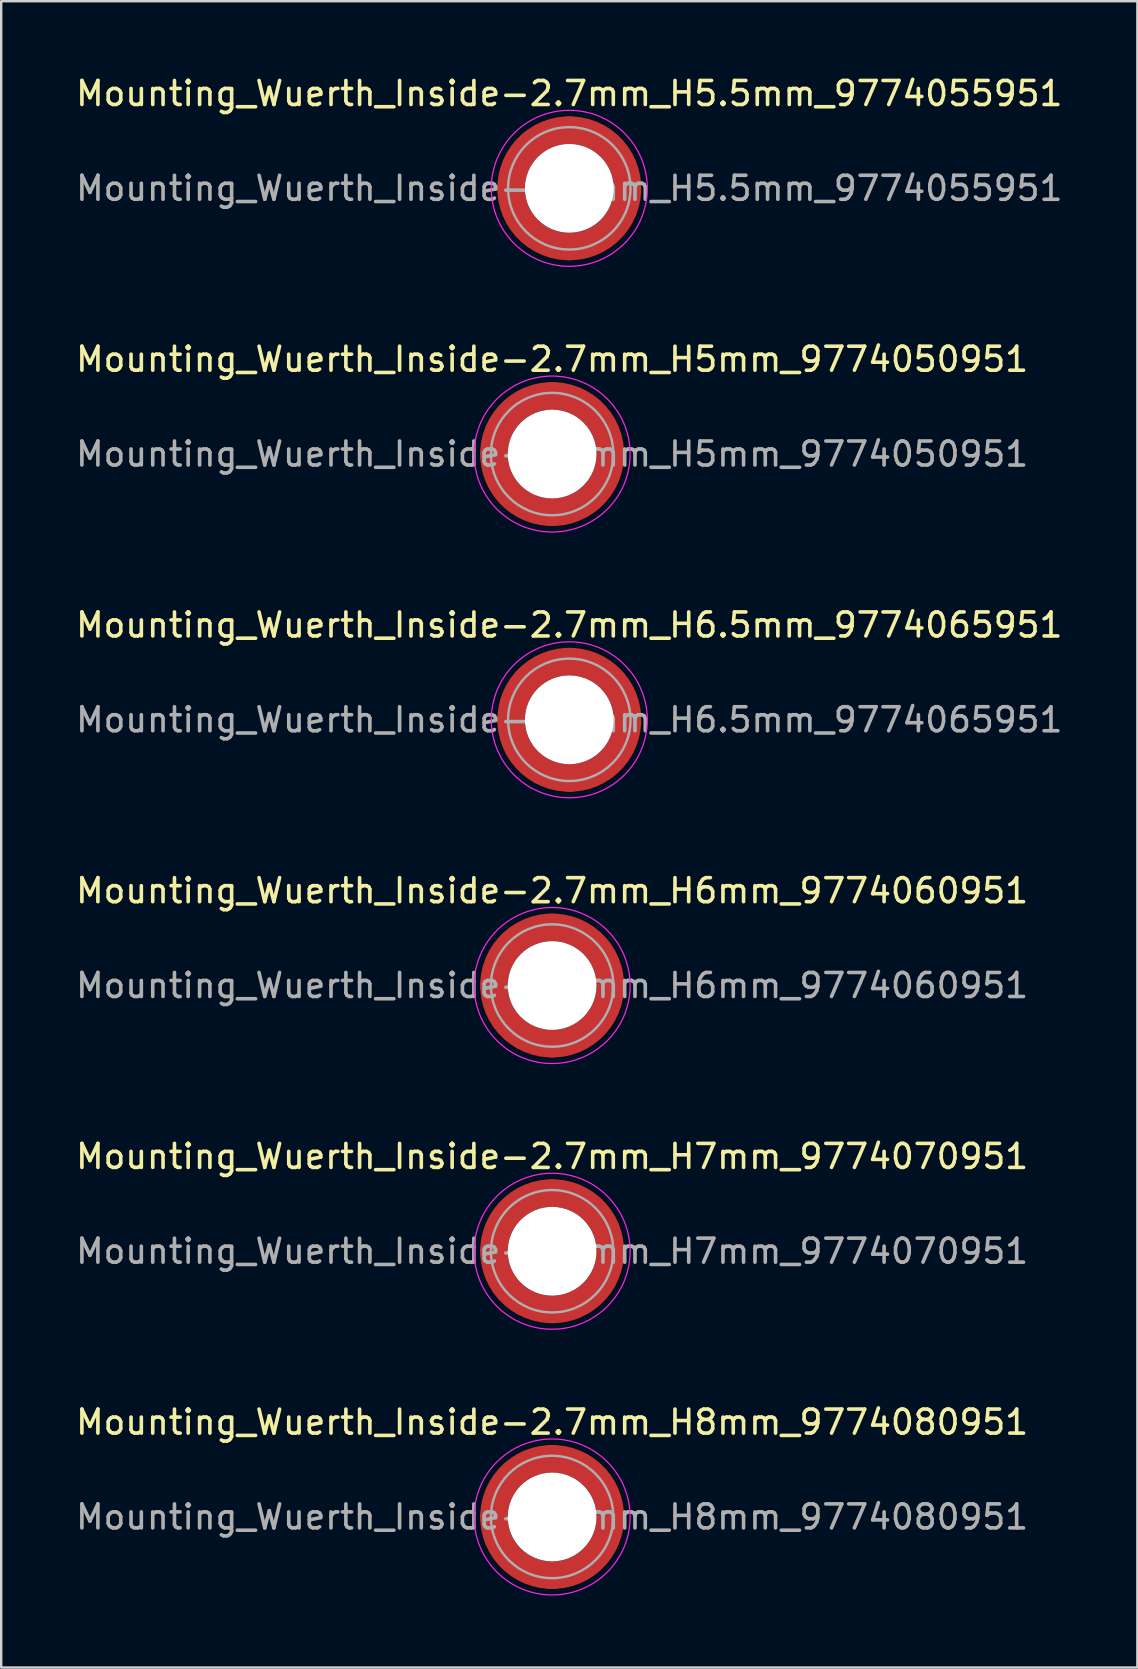
<source format=kicad_pcb>
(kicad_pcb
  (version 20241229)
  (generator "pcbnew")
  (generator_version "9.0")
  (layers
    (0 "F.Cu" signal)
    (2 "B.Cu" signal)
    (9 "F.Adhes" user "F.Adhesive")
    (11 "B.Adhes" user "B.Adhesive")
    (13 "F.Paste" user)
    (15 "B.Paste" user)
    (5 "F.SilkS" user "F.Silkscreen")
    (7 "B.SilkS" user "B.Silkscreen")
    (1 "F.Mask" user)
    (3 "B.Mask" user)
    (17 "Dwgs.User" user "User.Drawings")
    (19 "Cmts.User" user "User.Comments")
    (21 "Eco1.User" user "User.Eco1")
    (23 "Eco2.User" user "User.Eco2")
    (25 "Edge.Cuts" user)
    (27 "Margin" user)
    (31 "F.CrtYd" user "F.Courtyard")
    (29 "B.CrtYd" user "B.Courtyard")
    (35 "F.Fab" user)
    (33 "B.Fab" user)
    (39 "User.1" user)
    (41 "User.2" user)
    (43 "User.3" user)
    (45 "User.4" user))
  (footprint "Mounting_Wuerth_Inside-2.7mm_H7mm_9774070951"
    (layer "F.Cu")
    (at 19.958 49.091)
    (property "Reference" "Mounting_Wuerth_Inside-2.7mm_H7mm_9774070951" (at 0 -3.95 0) (layer "F.SilkS") (effects (font (size 1 1) (thickness 0.15))))
    (attr smd)
    (fp_circle (center 0 0) (end 3.25 0) (stroke (width 0.05) (type solid)) (fill no) (layer "F.CrtYd"))
    (fp_circle (center 0 0) (end 2.55 0) (stroke (width 0.1) (type solid)) (fill no) (layer "F.Fab"))
    (fp_text user "${REFERENCE}" (at 0 0 0) (layer "F.Fab") (effects (font (size 1 1) (thickness 0.15))))
    (pad "" smd custom (at -1.704 -1.704) (size 1.02 1.02) (layers "F.Paste") (options (anchor circle)) (primitives (gr_arc (start -0.371355 1.124127) (mid 0.180312 0.180312) (end 1.124127 -0.371355) (width 0.51)) (gr_arc (start -0.635039 1.124127) (mid 0 0) (end 1.124127 -0.635039) (width 0.51)) (gr_arc (start -0.896993 1.124127) (mid -0.180313 -0.180313) (end 1.124127 -0.896993) (width 0.51)) (gr_line (start 1.124 -0.371) (end 1.124 -0.897) (width 0.51)) (gr_line (start -0.371 1.124) (end -0.897 1.124) (width 0.51))))
    (pad "" smd custom (at -1.704 1.704) (size 1.02 1.02) (layers "F.Paste") (options (anchor circle)) (primitives (gr_arc (start 1.124127 0.371355) (mid 0.180312 -0.180312) (end -0.371355 -1.124127) (width 0.51)) (gr_arc (start 1.124127 0.635039) (mid 0 0) (end -0.635039 -1.124127) (width 0.51)) (gr_arc (start 1.124127 0.896993) (mid -0.180313 0.180313) (end -0.896993 -1.124127) (width 0.51)) (gr_line (start -0.371 -1.124) (end -0.897 -1.124) (width 0.51)) (gr_line (start 1.124 0.371) (end 1.124 0.897) (width 0.51))))
    (pad "" np_thru_hole circle (at 0 0) (size 3.7 3.7) (drill 3.7) (layers "*.Cu" "*.Mask"))
    (pad "" smd custom (at 1.704 -1.704) (size 1.02 1.02) (layers "F.Paste") (options (anchor circle)) (primitives (gr_arc (start -1.124127 -0.371355) (mid -0.180312 0.180312) (end 0.371355 1.124127) (width 0.51)) (gr_arc (start -1.124127 -0.635039) (mid 0 0) (end 0.635039 1.124127) (width 0.51)) (gr_arc (start -1.124127 -0.896993) (mid 0.180313 -0.180313) (end 0.896993 1.124127) (width 0.51)) (gr_line (start 0.371 1.124) (end 0.897 1.124) (width 0.51)) (gr_line (start -1.124 -0.371) (end -1.124 -0.897) (width 0.51))))
    (pad "" smd custom (at 1.704 1.704) (size 1.02 1.02) (layers "F.Paste") (options (anchor circle)) (primitives (gr_arc (start 0.371355 -1.124127) (mid -0.180312 -0.180312) (end -1.124127 0.371355) (width 0.51)) (gr_arc (start 0.635039 -1.124127) (mid 0 0) (end -1.124127 0.635039) (width 0.51)) (gr_arc (start 0.896993 -1.124127) (mid 0.180313 0.180313) (end -1.124127 0.896993) (width 0.51)) (gr_line (start -1.124 0.371) (end -1.124 0.897) (width 0.51)) (gr_line (start 0.371 -1.124) (end 0.897 -1.124) (width 0.51))))
    (pad "1" smd circle (at -2.425 0) (size 1.15 1.15) (layers "F.Cu"))
    (pad "1" smd circle (at 0 -2.425) (size 1.15 1.15) (layers "F.Cu"))
    (pad "1" smd circle (at 0 2.425) (size 1.15 1.15) (layers "F.Cu"))
    (pad "1" smd custom (at 2.425 0) (size 1.15 1.15) (layers "F.Cu" "F.Mask") (options (anchor circle)) (primitives (gr_circle (center -2.425 0) (end 0 0) (width 1.15) (fill no)))))
  (footprint "Mounting_Wuerth_Inside-2.7mm_H5.5mm_9774055951"
    (layer "F.Cu")
    (at 20.673 4.798)
    (property "Reference" "Mounting_Wuerth_Inside-2.7mm_H5.5mm_9774055951" (at 0 -3.95 0) (layer "F.SilkS") (effects (font (size 1 1) (thickness 0.15))))
    (attr smd)
    (fp_circle (center 0 0) (end 3.25 0) (stroke (width 0.05) (type solid)) (fill no) (layer "F.CrtYd"))
    (fp_circle (center 0 0) (end 2.55 0) (stroke (width 0.1) (type solid)) (fill no) (layer "F.Fab"))
    (fp_text user "${REFERENCE}" (at 0 0 0) (layer "F.Fab") (effects (font (size 1 1) (thickness 0.15))))
    (pad "" smd custom (at -1.704 -1.704) (size 1.02 1.02) (layers "F.Paste") (options (anchor circle)) (primitives (gr_arc (start -0.371355 1.124127) (mid 0.180312 0.180312) (end 1.124127 -0.371355) (width 0.51)) (gr_arc (start -0.635039 1.124127) (mid 0 0) (end 1.124127 -0.635039) (width 0.51)) (gr_arc (start -0.896993 1.124127) (mid -0.180313 -0.180313) (end 1.124127 -0.896993) (width 0.51)) (gr_line (start 1.124 -0.371) (end 1.124 -0.897) (width 0.51)) (gr_line (start -0.371 1.124) (end -0.897 1.124) (width 0.51))))
    (pad "" smd custom (at -1.704 1.704) (size 1.02 1.02) (layers "F.Paste") (options (anchor circle)) (primitives (gr_arc (start 1.124127 0.371355) (mid 0.180312 -0.180312) (end -0.371355 -1.124127) (width 0.51)) (gr_arc (start 1.124127 0.635039) (mid 0 0) (end -0.635039 -1.124127) (width 0.51)) (gr_arc (start 1.124127 0.896993) (mid -0.180313 0.180313) (end -0.896993 -1.124127) (width 0.51)) (gr_line (start -0.371 -1.124) (end -0.897 -1.124) (width 0.51)) (gr_line (start 1.124 0.371) (end 1.124 0.897) (width 0.51))))
    (pad "" np_thru_hole circle (at 0 0) (size 3.7 3.7) (drill 3.7) (layers "*.Cu" "*.Mask"))
    (pad "" smd custom (at 1.704 -1.704) (size 1.02 1.02) (layers "F.Paste") (options (anchor circle)) (primitives (gr_arc (start -1.124127 -0.371355) (mid -0.180312 0.180312) (end 0.371355 1.124127) (width 0.51)) (gr_arc (start -1.124127 -0.635039) (mid 0 0) (end 0.635039 1.124127) (width 0.51)) (gr_arc (start -1.124127 -0.896993) (mid 0.180313 -0.180313) (end 0.896993 1.124127) (width 0.51)) (gr_line (start 0.371 1.124) (end 0.897 1.124) (width 0.51)) (gr_line (start -1.124 -0.371) (end -1.124 -0.897) (width 0.51))))
    (pad "" smd custom (at 1.704 1.704) (size 1.02 1.02) (layers "F.Paste") (options (anchor circle)) (primitives (gr_arc (start 0.371355 -1.124127) (mid -0.180312 -0.180312) (end -1.124127 0.371355) (width 0.51)) (gr_arc (start 0.635039 -1.124127) (mid 0 0) (end -1.124127 0.635039) (width 0.51)) (gr_arc (start 0.896993 -1.124127) (mid 0.180313 0.180313) (end -1.124127 0.896993) (width 0.51)) (gr_line (start -1.124 0.371) (end -1.124 0.897) (width 0.51)) (gr_line (start 0.371 -1.124) (end 0.897 -1.124) (width 0.51))))
    (pad "1" smd circle (at -2.425 0) (size 1.15 1.15) (layers "F.Cu"))
    (pad "1" smd circle (at 0 -2.425) (size 1.15 1.15) (layers "F.Cu"))
    (pad "1" smd circle (at 0 2.425) (size 1.15 1.15) (layers "F.Cu"))
    (pad "1" smd custom (at 2.425 0) (size 1.15 1.15) (layers "F.Cu" "F.Mask") (options (anchor circle)) (primitives (gr_circle (center -2.425 0) (end 0 0) (width 1.15) (fill no)))))
  (footprint "Mounting_Wuerth_Inside-2.7mm_H5mm_9774050951"
    (layer "F.Cu")
    (at 19.958 15.871)
    (property "Reference" "Mounting_Wuerth_Inside-2.7mm_H5mm_9774050951" (at 0 -3.95 0) (layer "F.SilkS") (effects (font (size 1 1) (thickness 0.15))))
    (attr smd)
    (fp_circle (center 0 0) (end 3.25 0) (stroke (width 0.05) (type solid)) (fill no) (layer "F.CrtYd"))
    (fp_circle (center 0 0) (end 2.55 0) (stroke (width 0.1) (type solid)) (fill no) (layer "F.Fab"))
    (fp_text user "${REFERENCE}" (at 0 0 0) (layer "F.Fab") (effects (font (size 1 1) (thickness 0.15))))
    (pad "" smd custom (at -1.704 -1.704) (size 1.02 1.02) (layers "F.Paste") (options (anchor circle)) (primitives (gr_arc (start -0.371355 1.124127) (mid 0.180312 0.180312) (end 1.124127 -0.371355) (width 0.51)) (gr_arc (start -0.635039 1.124127) (mid 0 0) (end 1.124127 -0.635039) (width 0.51)) (gr_arc (start -0.896993 1.124127) (mid -0.180313 -0.180313) (end 1.124127 -0.896993) (width 0.51)) (gr_line (start 1.124 -0.371) (end 1.124 -0.897) (width 0.51)) (gr_line (start -0.371 1.124) (end -0.897 1.124) (width 0.51))))
    (pad "" smd custom (at -1.704 1.704) (size 1.02 1.02) (layers "F.Paste") (options (anchor circle)) (primitives (gr_arc (start 1.124127 0.371355) (mid 0.180312 -0.180312) (end -0.371355 -1.124127) (width 0.51)) (gr_arc (start 1.124127 0.635039) (mid 0 0) (end -0.635039 -1.124127) (width 0.51)) (gr_arc (start 1.124127 0.896993) (mid -0.180313 0.180313) (end -0.896993 -1.124127) (width 0.51)) (gr_line (start -0.371 -1.124) (end -0.897 -1.124) (width 0.51)) (gr_line (start 1.124 0.371) (end 1.124 0.897) (width 0.51))))
    (pad "" np_thru_hole circle (at 0 0) (size 3.7 3.7) (drill 3.7) (layers "*.Cu" "*.Mask"))
    (pad "" smd custom (at 1.704 -1.704) (size 1.02 1.02) (layers "F.Paste") (options (anchor circle)) (primitives (gr_arc (start -1.124127 -0.371355) (mid -0.180312 0.180312) (end 0.371355 1.124127) (width 0.51)) (gr_arc (start -1.124127 -0.635039) (mid 0 0) (end 0.635039 1.124127) (width 0.51)) (gr_arc (start -1.124127 -0.896993) (mid 0.180313 -0.180313) (end 0.896993 1.124127) (width 0.51)) (gr_line (start 0.371 1.124) (end 0.897 1.124) (width 0.51)) (gr_line (start -1.124 -0.371) (end -1.124 -0.897) (width 0.51))))
    (pad "" smd custom (at 1.704 1.704) (size 1.02 1.02) (layers "F.Paste") (options (anchor circle)) (primitives (gr_arc (start 0.371355 -1.124127) (mid -0.180312 -0.180312) (end -1.124127 0.371355) (width 0.51)) (gr_arc (start 0.635039 -1.124127) (mid 0 0) (end -1.124127 0.635039) (width 0.51)) (gr_arc (start 0.896993 -1.124127) (mid 0.180313 0.180313) (end -1.124127 0.896993) (width 0.51)) (gr_line (start -1.124 0.371) (end -1.124 0.897) (width 0.51)) (gr_line (start 0.371 -1.124) (end 0.897 -1.124) (width 0.51))))
    (pad "1" smd circle (at -2.425 0) (size 1.15 1.15) (layers "F.Cu"))
    (pad "1" smd circle (at 0 -2.425) (size 1.15 1.15) (layers "F.Cu"))
    (pad "1" smd circle (at 0 2.425) (size 1.15 1.15) (layers "F.Cu"))
    (pad "1" smd custom (at 2.425 0) (size 1.15 1.15) (layers "F.Cu" "F.Mask") (options (anchor circle)) (primitives (gr_circle (center -2.425 0) (end 0 0) (width 1.15) (fill no)))))
  (footprint "Mounting_Wuerth_Inside-2.7mm_H6mm_9774060951"
    (layer "F.Cu")
    (at 19.958 38.018)
    (property "Reference" "Mounting_Wuerth_Inside-2.7mm_H6mm_9774060951" (at 0 -3.95 0) (layer "F.SilkS") (effects (font (size 1 1) (thickness 0.15))))
    (attr smd)
    (fp_circle (center 0 0) (end 3.25 0) (stroke (width 0.05) (type solid)) (fill no) (layer "F.CrtYd"))
    (fp_circle (center 0 0) (end 2.55 0) (stroke (width 0.1) (type solid)) (fill no) (layer "F.Fab"))
    (fp_text user "${REFERENCE}" (at 0 0 0) (layer "F.Fab") (effects (font (size 1 1) (thickness 0.15))))
    (pad "" smd custom (at -1.704 -1.704) (size 1.02 1.02) (layers "F.Paste") (options (anchor circle)) (primitives (gr_arc (start -0.371355 1.124127) (mid 0.180312 0.180312) (end 1.124127 -0.371355) (width 0.51)) (gr_arc (start -0.635039 1.124127) (mid 0 0) (end 1.124127 -0.635039) (width 0.51)) (gr_arc (start -0.896993 1.124127) (mid -0.180313 -0.180313) (end 1.124127 -0.896993) (width 0.51)) (gr_line (start 1.124 -0.371) (end 1.124 -0.897) (width 0.51)) (gr_line (start -0.371 1.124) (end -0.897 1.124) (width 0.51))))
    (pad "" smd custom (at -1.704 1.704) (size 1.02 1.02) (layers "F.Paste") (options (anchor circle)) (primitives (gr_arc (start 1.124127 0.371355) (mid 0.180312 -0.180312) (end -0.371355 -1.124127) (width 0.51)) (gr_arc (start 1.124127 0.635039) (mid 0 0) (end -0.635039 -1.124127) (width 0.51)) (gr_arc (start 1.124127 0.896993) (mid -0.180313 0.180313) (end -0.896993 -1.124127) (width 0.51)) (gr_line (start -0.371 -1.124) (end -0.897 -1.124) (width 0.51)) (gr_line (start 1.124 0.371) (end 1.124 0.897) (width 0.51))))
    (pad "" np_thru_hole circle (at 0 0) (size 3.7 3.7) (drill 3.7) (layers "*.Cu" "*.Mask"))
    (pad "" smd custom (at 1.704 -1.704) (size 1.02 1.02) (layers "F.Paste") (options (anchor circle)) (primitives (gr_arc (start -1.124127 -0.371355) (mid -0.180312 0.180312) (end 0.371355 1.124127) (width 0.51)) (gr_arc (start -1.124127 -0.635039) (mid 0 0) (end 0.635039 1.124127) (width 0.51)) (gr_arc (start -1.124127 -0.896993) (mid 0.180313 -0.180313) (end 0.896993 1.124127) (width 0.51)) (gr_line (start 0.371 1.124) (end 0.897 1.124) (width 0.51)) (gr_line (start -1.124 -0.371) (end -1.124 -0.897) (width 0.51))))
    (pad "" smd custom (at 1.704 1.704) (size 1.02 1.02) (layers "F.Paste") (options (anchor circle)) (primitives (gr_arc (start 0.371355 -1.124127) (mid -0.180312 -0.180312) (end -1.124127 0.371355) (width 0.51)) (gr_arc (start 0.635039 -1.124127) (mid 0 0) (end -1.124127 0.635039) (width 0.51)) (gr_arc (start 0.896993 -1.124127) (mid 0.180313 0.180313) (end -1.124127 0.896993) (width 0.51)) (gr_line (start -1.124 0.371) (end -1.124 0.897) (width 0.51)) (gr_line (start 0.371 -1.124) (end 0.897 -1.124) (width 0.51))))
    (pad "1" smd circle (at -2.425 0) (size 1.15 1.15) (layers "F.Cu"))
    (pad "1" smd circle (at 0 -2.425) (size 1.15 1.15) (layers "F.Cu"))
    (pad "1" smd circle (at 0 2.425) (size 1.15 1.15) (layers "F.Cu"))
    (pad "1" smd custom (at 2.425 0) (size 1.15 1.15) (layers "F.Cu" "F.Mask") (options (anchor circle)) (primitives (gr_circle (center -2.425 0) (end 0 0) (width 1.15) (fill no)))))
  (footprint "Mounting_Wuerth_Inside-2.7mm_H8mm_9774080951"
    (layer "F.Cu")
    (at 19.958 60.164)
    (property "Reference" "Mounting_Wuerth_Inside-2.7mm_H8mm_9774080951" (at 0 -3.95 0) (layer "F.SilkS") (effects (font (size 1 1) (thickness 0.15))))
    (attr smd)
    (fp_circle (center 0 0) (end 3.25 0) (stroke (width 0.05) (type solid)) (fill no) (layer "F.CrtYd"))
    (fp_circle (center 0 0) (end 2.55 0) (stroke (width 0.1) (type solid)) (fill no) (layer "F.Fab"))
    (fp_text user "${REFERENCE}" (at 0 0 0) (layer "F.Fab") (effects (font (size 1 1) (thickness 0.15))))
    (pad "" smd custom (at -1.704 -1.704) (size 1.02 1.02) (layers "F.Paste") (options (anchor circle)) (primitives (gr_arc (start -0.371355 1.124127) (mid 0.180312 0.180312) (end 1.124127 -0.371355) (width 0.51)) (gr_arc (start -0.635039 1.124127) (mid 0 0) (end 1.124127 -0.635039) (width 0.51)) (gr_arc (start -0.896993 1.124127) (mid -0.180313 -0.180313) (end 1.124127 -0.896993) (width 0.51)) (gr_line (start 1.124 -0.371) (end 1.124 -0.897) (width 0.51)) (gr_line (start -0.371 1.124) (end -0.897 1.124) (width 0.51))))
    (pad "" smd custom (at -1.704 1.704) (size 1.02 1.02) (layers "F.Paste") (options (anchor circle)) (primitives (gr_arc (start 1.124127 0.371355) (mid 0.180312 -0.180312) (end -0.371355 -1.124127) (width 0.51)) (gr_arc (start 1.124127 0.635039) (mid 0 0) (end -0.635039 -1.124127) (width 0.51)) (gr_arc (start 1.124127 0.896993) (mid -0.180313 0.180313) (end -0.896993 -1.124127) (width 0.51)) (gr_line (start -0.371 -1.124) (end -0.897 -1.124) (width 0.51)) (gr_line (start 1.124 0.371) (end 1.124 0.897) (width 0.51))))
    (pad "" np_thru_hole circle (at 0 0) (size 3.7 3.7) (drill 3.7) (layers "*.Cu" "*.Mask"))
    (pad "" smd custom (at 1.704 -1.704) (size 1.02 1.02) (layers "F.Paste") (options (anchor circle)) (primitives (gr_arc (start -1.124127 -0.371355) (mid -0.180312 0.180312) (end 0.371355 1.124127) (width 0.51)) (gr_arc (start -1.124127 -0.635039) (mid 0 0) (end 0.635039 1.124127) (width 0.51)) (gr_arc (start -1.124127 -0.896993) (mid 0.180313 -0.180313) (end 0.896993 1.124127) (width 0.51)) (gr_line (start 0.371 1.124) (end 0.897 1.124) (width 0.51)) (gr_line (start -1.124 -0.371) (end -1.124 -0.897) (width 0.51))))
    (pad "" smd custom (at 1.704 1.704) (size 1.02 1.02) (layers "F.Paste") (options (anchor circle)) (primitives (gr_arc (start 0.371355 -1.124127) (mid -0.180312 -0.180312) (end -1.124127 0.371355) (width 0.51)) (gr_arc (start 0.635039 -1.124127) (mid 0 0) (end -1.124127 0.635039) (width 0.51)) (gr_arc (start 0.896993 -1.124127) (mid 0.180313 0.180313) (end -1.124127 0.896993) (width 0.51)) (gr_line (start -1.124 0.371) (end -1.124 0.897) (width 0.51)) (gr_line (start 0.371 -1.124) (end 0.897 -1.124) (width 0.51))))
    (pad "1" smd circle (at -2.425 0) (size 1.15 1.15) (layers "F.Cu"))
    (pad "1" smd circle (at 0 -2.425) (size 1.15 1.15) (layers "F.Cu"))
    (pad "1" smd circle (at 0 2.425) (size 1.15 1.15) (layers "F.Cu"))
    (pad "1" smd custom (at 2.425 0) (size 1.15 1.15) (layers "F.Cu" "F.Mask") (options (anchor circle)) (primitives (gr_circle (center -2.425 0) (end 0 0) (width 1.15) (fill no)))))
  (footprint "Mounting_Wuerth_Inside-2.7mm_H6.5mm_9774065951"
    (layer "F.Cu")
    (at 20.673 26.945)
    (property "Reference" "Mounting_Wuerth_Inside-2.7mm_H6.5mm_9774065951" (at 0 -3.95 0) (layer "F.SilkS") (effects (font (size 1 1) (thickness 0.15))))
    (attr smd)
    (fp_circle (center 0 0) (end 3.25 0) (stroke (width 0.05) (type solid)) (fill no) (layer "F.CrtYd"))
    (fp_circle (center 0 0) (end 2.55 0) (stroke (width 0.1) (type solid)) (fill no) (layer "F.Fab"))
    (fp_text user "${REFERENCE}" (at 0 0 0) (layer "F.Fab") (effects (font (size 1 1) (thickness 0.15))))
    (pad "" smd custom (at -1.704 -1.704) (size 1.02 1.02) (layers "F.Paste") (options (anchor circle)) (primitives (gr_arc (start -0.371355 1.124127) (mid 0.180312 0.180312) (end 1.124127 -0.371355) (width 0.51)) (gr_arc (start -0.635039 1.124127) (mid 0 0) (end 1.124127 -0.635039) (width 0.51)) (gr_arc (start -0.896993 1.124127) (mid -0.180313 -0.180313) (end 1.124127 -0.896993) (width 0.51)) (gr_line (start 1.124 -0.371) (end 1.124 -0.897) (width 0.51)) (gr_line (start -0.371 1.124) (end -0.897 1.124) (width 0.51))))
    (pad "" smd custom (at -1.704 1.704) (size 1.02 1.02) (layers "F.Paste") (options (anchor circle)) (primitives (gr_arc (start 1.124127 0.371355) (mid 0.180312 -0.180312) (end -0.371355 -1.124127) (width 0.51)) (gr_arc (start 1.124127 0.635039) (mid 0 0) (end -0.635039 -1.124127) (width 0.51)) (gr_arc (start 1.124127 0.896993) (mid -0.180313 0.180313) (end -0.896993 -1.124127) (width 0.51)) (gr_line (start -0.371 -1.124) (end -0.897 -1.124) (width 0.51)) (gr_line (start 1.124 0.371) (end 1.124 0.897) (width 0.51))))
    (pad "" np_thru_hole circle (at 0 0) (size 3.7 3.7) (drill 3.7) (layers "*.Cu" "*.Mask"))
    (pad "" smd custom (at 1.704 -1.704) (size 1.02 1.02) (layers "F.Paste") (options (anchor circle)) (primitives (gr_arc (start -1.124127 -0.371355) (mid -0.180312 0.180312) (end 0.371355 1.124127) (width 0.51)) (gr_arc (start -1.124127 -0.635039) (mid 0 0) (end 0.635039 1.124127) (width 0.51)) (gr_arc (start -1.124127 -0.896993) (mid 0.180313 -0.180313) (end 0.896993 1.124127) (width 0.51)) (gr_line (start 0.371 1.124) (end 0.897 1.124) (width 0.51)) (gr_line (start -1.124 -0.371) (end -1.124 -0.897) (width 0.51))))
    (pad "" smd custom (at 1.704 1.704) (size 1.02 1.02) (layers "F.Paste") (options (anchor circle)) (primitives (gr_arc (start 0.371355 -1.124127) (mid -0.180312 -0.180312) (end -1.124127 0.371355) (width 0.51)) (gr_arc (start 0.635039 -1.124127) (mid 0 0) (end -1.124127 0.635039) (width 0.51)) (gr_arc (start 0.896993 -1.124127) (mid 0.180313 0.180313) (end -1.124127 0.896993) (width 0.51)) (gr_line (start -1.124 0.371) (end -1.124 0.897) (width 0.51)) (gr_line (start 0.371 -1.124) (end 0.897 -1.124) (width 0.51))))
    (pad "1" smd circle (at -2.425 0) (size 1.15 1.15) (layers "F.Cu"))
    (pad "1" smd circle (at 0 -2.425) (size 1.15 1.15) (layers "F.Cu"))
    (pad "1" smd circle (at 0 2.425) (size 1.15 1.15) (layers "F.Cu"))
    (pad "1" smd custom (at 2.425 0) (size 1.15 1.15) (layers "F.Cu" "F.Mask") (options (anchor circle)) (primitives (gr_circle (center -2.425 0) (end 0 0) (width 1.15) (fill no)))))
  (gr_rect
    (start -3 -3)
    (end 44.345 66.439)
    (stroke (width 0.1) (type default))
    (fill no)
    (layer "Edge.Cuts")))
</source>
